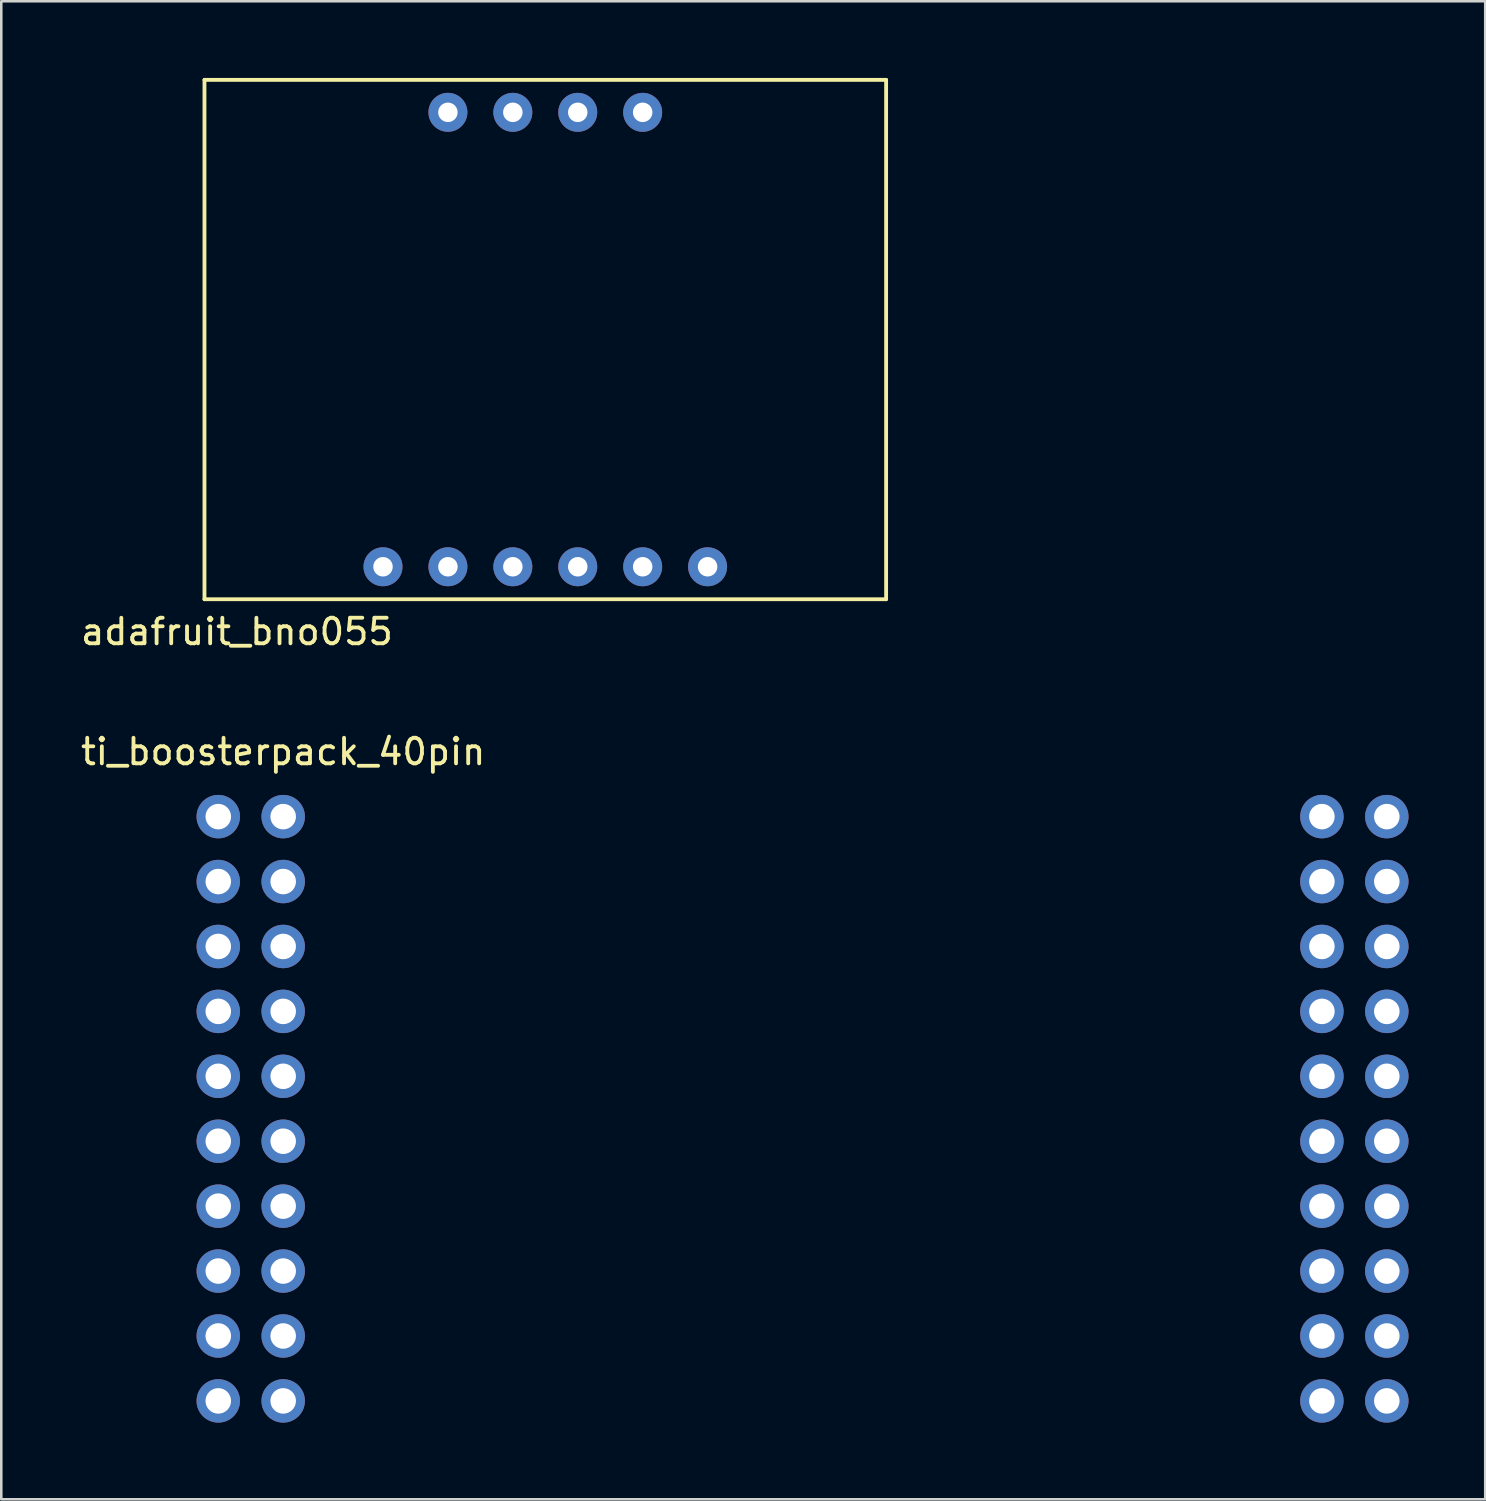
<source format=kicad_pcb>
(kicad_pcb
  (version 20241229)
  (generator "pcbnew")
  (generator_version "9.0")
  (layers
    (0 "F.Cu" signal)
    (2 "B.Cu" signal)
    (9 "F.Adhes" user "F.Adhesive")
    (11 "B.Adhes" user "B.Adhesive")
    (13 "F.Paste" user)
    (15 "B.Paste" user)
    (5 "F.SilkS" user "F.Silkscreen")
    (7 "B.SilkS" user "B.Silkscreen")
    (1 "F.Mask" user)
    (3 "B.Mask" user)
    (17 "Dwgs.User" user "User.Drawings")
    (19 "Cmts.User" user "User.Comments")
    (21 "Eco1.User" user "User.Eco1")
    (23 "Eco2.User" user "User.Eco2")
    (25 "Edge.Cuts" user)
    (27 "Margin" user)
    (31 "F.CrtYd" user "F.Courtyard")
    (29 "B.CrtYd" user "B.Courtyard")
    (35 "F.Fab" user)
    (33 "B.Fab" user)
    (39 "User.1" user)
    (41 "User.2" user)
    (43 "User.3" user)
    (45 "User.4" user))
  (footprint "adafruit_bno055"
    (layer "F.Cu")
    (at 4.95 20.395)
    (property "Reference" "adafruit_bno055" (at 1.27 1.27 0) (layer "F.SilkS") (effects (font (size 1 1) (thickness 0.15))))
    (attr through_hole)
    (fp_line (start 0 -20.32) (end 0 0) (stroke (width 0.15) (type solid)) (layer "F.SilkS"))
    (fp_line (start 0 -20.32) (end 26.67 -20.32) (stroke (width 0.15) (type solid)) (layer "F.SilkS"))
    (fp_line (start 0 0) (end 26.67 0) (stroke (width 0.15) (type solid)) (layer "F.SilkS"))
    (fp_line (start 26.67 0) (end 26.67 -20.32) (stroke (width 0.15) (type solid)) (layer "F.SilkS"))
    (pad "1" thru_hole circle (at 6.985 -1.27) (size 1.524 1.524) (drill 0.762) (layers "*.Cu" "*.Mask"))
    (pad "2" thru_hole circle (at 9.525 -1.27) (size 1.524 1.524) (drill 0.762) (layers "*.Cu" "*.Mask"))
    (pad "3" thru_hole circle (at 12.065 -1.27) (size 1.524 1.524) (drill 0.762) (layers "*.Cu" "*.Mask"))
    (pad "5" thru_hole circle (at 17.145 -1.27) (size 1.524 1.524) (drill 0.762) (layers "*.Cu" "*.Mask"))
    (pad "6" thru_hole circle (at 19.685 -1.27) (size 1.524 1.524) (drill 0.762) (layers "*.Cu" "*.Mask"))
    (pad "7" thru_hole circle (at 9.525 -19.05) (size 1.524 1.524) (drill 0.762) (layers "*.Cu" "*.Mask"))
    (pad "8" thru_hole circle (at 12.065 -19.05) (size 1.524 1.524) (drill 0.762) (layers "*.Cu" "*.Mask"))
    (pad "9" thru_hole circle (at 14.605 -19.05) (size 1.524 1.524) (drill 0.762) (layers "*.Cu" "*.Mask"))
    (pad "10" thru_hole circle (at 17.145 -19.05) (size 1.524 1.524) (drill 0.762) (layers "*.Cu" "*.Mask"))
    (pad "e" thru_hole circle (at 14.605 -1.27) (size 1.524 1.524) (drill 0.762) (layers "*.Cu" "*.Mask")))
  (footprint "ti_boosterpack_40pin"
    (layer "F.Cu")
    (at 5.49 51.761)
    (property "Reference" "ti_boosterpack_40pin" (at 2.54 -25.4 0) (layer "F.SilkS") (effects (font (size 1 1) (thickness 0.15))))
    (attr through_hole)
    (pad "1" thru_hole circle (at 0 -22.86) (size 1.7 1.7) (drill 1) (layers "*.Cu" "*.Mask"))
    (pad "2" thru_hole circle (at 0 -20.32) (size 1.7 1.7) (drill 1) (layers "*.Cu" "*.Mask"))
    (pad "3" thru_hole circle (at 0 -17.78) (size 1.7 1.7) (drill 1) (layers "*.Cu" "*.Mask"))
    (pad "4" thru_hole circle (at 0 -15.24) (size 1.7 1.7) (drill 1) (layers "*.Cu" "*.Mask"))
    (pad "5" thru_hole circle (at 0 -12.7) (size 1.7 1.7) (drill 1) (layers "*.Cu" "*.Mask"))
    (pad "6" thru_hole circle (at 0 -10.16) (size 1.7 1.7) (drill 1) (layers "*.Cu" "*.Mask"))
    (pad "7" thru_hole circle (at 0 -7.62) (size 1.7 1.7) (drill 1) (layers "*.Cu" "*.Mask"))
    (pad "8" thru_hole circle (at 0 -5.08) (size 1.7 1.7) (drill 1) (layers "*.Cu" "*.Mask"))
    (pad "9" thru_hole circle (at 0 -2.54) (size 1.7 1.7) (drill 1) (layers "*.Cu" "*.Mask"))
    (pad "10" thru_hole circle (at 0 0) (size 1.7 1.7) (drill 1) (layers "*.Cu" "*.Mask"))
    (pad "11" thru_hole circle (at 45.72 0) (size 1.7 1.7) (drill 1) (layers "*.Cu" "*.Mask"))
    (pad "12" thru_hole circle (at 45.72 -2.54) (size 1.7 1.7) (drill 1) (layers "*.Cu" "*.Mask"))
    (pad "13" thru_hole circle (at 45.72 -5.08) (size 1.7 1.7) (drill 1) (layers "*.Cu" "*.Mask"))
    (pad "14" thru_hole circle (at 45.72 -7.62) (size 1.7 1.7) (drill 1) (layers "*.Cu" "*.Mask"))
    (pad "15" thru_hole circle (at 45.72 -10.16) (size 1.7 1.7) (drill 1) (layers "*.Cu" "*.Mask"))
    (pad "16" thru_hole circle (at 45.72 -12.7) (size 1.7 1.7) (drill 1) (layers "*.Cu" "*.Mask"))
    (pad "17" thru_hole circle (at 45.72 -15.24) (size 1.7 1.7) (drill 1) (layers "*.Cu" "*.Mask"))
    (pad "18" thru_hole circle (at 45.72 -17.78) (size 1.7 1.7) (drill 1) (layers "*.Cu" "*.Mask"))
    (pad "19" thru_hole circle (at 45.72 -20.32) (size 1.7 1.7) (drill 1) (layers "*.Cu" "*.Mask"))
    (pad "20" thru_hole circle (at 45.72 -22.86) (size 1.7 1.7) (drill 1) (layers "*.Cu" "*.Mask"))
    (pad "21" thru_hole circle (at 2.54 -22.86) (size 1.7 1.7) (drill 1) (layers "*.Cu" "*.Mask"))
    (pad "22" thru_hole circle (at 2.54 -20.32) (size 1.7 1.7) (drill 1) (layers "*.Cu" "*.Mask"))
    (pad "23" thru_hole circle (at 2.54 -17.78) (size 1.7 1.7) (drill 1) (layers "*.Cu" "*.Mask"))
    (pad "24" thru_hole circle (at 2.54 -15.24) (size 1.7 1.7) (drill 1) (layers "*.Cu" "*.Mask"))
    (pad "25" thru_hole circle (at 2.54 -12.7) (size 1.7 1.7) (drill 1) (layers "*.Cu" "*.Mask"))
    (pad "26" thru_hole circle (at 2.54 -10.16) (size 1.7 1.7) (drill 1) (layers "*.Cu" "*.Mask"))
    (pad "27" thru_hole circle (at 2.54 -7.62) (size 1.7 1.7) (drill 1) (layers "*.Cu" "*.Mask"))
    (pad "28" thru_hole circle (at 2.54 -5.08) (size 1.7 1.7) (drill 1) (layers "*.Cu" "*.Mask"))
    (pad "29" thru_hole circle (at 2.54 -2.54) (size 1.7 1.7) (drill 1) (layers "*.Cu" "*.Mask"))
    (pad "30" thru_hole circle (at 2.54 0) (size 1.7 1.7) (drill 1) (layers "*.Cu" "*.Mask"))
    (pad "31" thru_hole circle (at 43.18 0) (size 1.7 1.7) (drill 1) (layers "*.Cu" "*.Mask"))
    (pad "32" thru_hole circle (at 43.18 -2.54) (size 1.7 1.7) (drill 1) (layers "*.Cu" "*.Mask"))
    (pad "33" thru_hole circle (at 43.18 -5.08) (size 1.7 1.7) (drill 1) (layers "*.Cu" "*.Mask"))
    (pad "34" thru_hole circle (at 43.18 -7.62) (size 1.7 1.7) (drill 1) (layers "*.Cu" "*.Mask"))
    (pad "35" thru_hole circle (at 43.18 -10.16) (size 1.7 1.7) (drill 1) (layers "*.Cu" "*.Mask"))
    (pad "36" thru_hole circle (at 43.18 -12.7) (size 1.7 1.7) (drill 1) (layers "*.Cu" "*.Mask"))
    (pad "37" thru_hole circle (at 43.18 -15.24) (size 1.7 1.7) (drill 1) (layers "*.Cu" "*.Mask"))
    (pad "38" thru_hole circle (at 43.18 -17.78) (size 1.7 1.7) (drill 1) (layers "*.Cu" "*.Mask"))
    (pad "39" thru_hole circle (at 43.18 -20.32) (size 1.7 1.7) (drill 1) (layers "*.Cu" "*.Mask"))
    (pad "40" thru_hole circle (at 43.18 -22.86) (size 1.7 1.7) (drill 1) (layers "*.Cu" "*.Mask")))
  (gr_rect
    (start -3 -3)
    (end 55.06 55.611)
    (stroke (width 0.1) (type default))
    (fill no)
    (layer "Edge.Cuts")))
</source>
